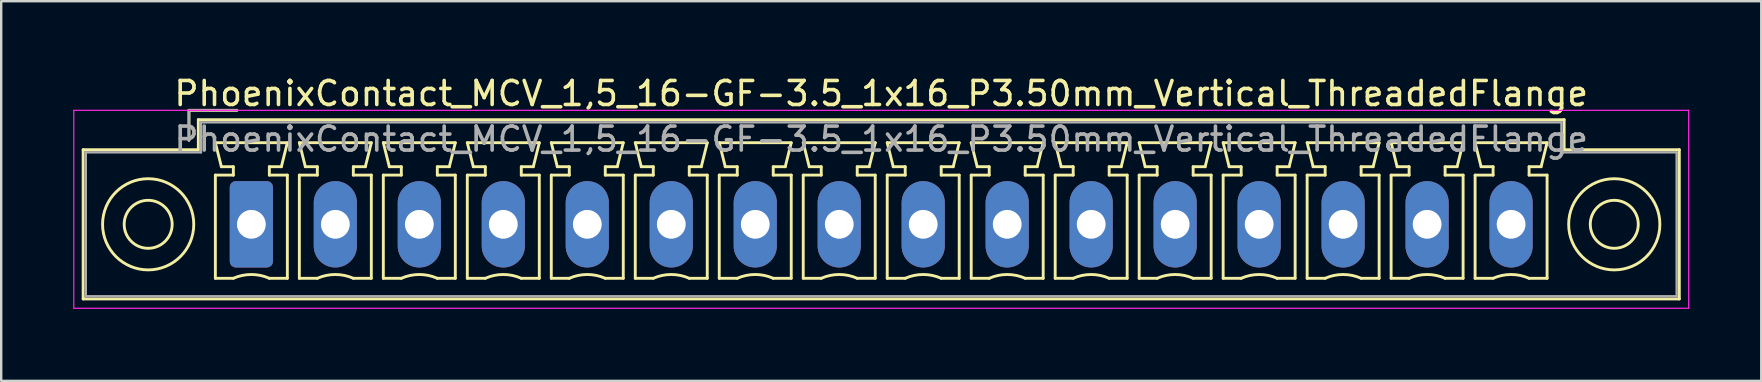
<source format=kicad_pcb>
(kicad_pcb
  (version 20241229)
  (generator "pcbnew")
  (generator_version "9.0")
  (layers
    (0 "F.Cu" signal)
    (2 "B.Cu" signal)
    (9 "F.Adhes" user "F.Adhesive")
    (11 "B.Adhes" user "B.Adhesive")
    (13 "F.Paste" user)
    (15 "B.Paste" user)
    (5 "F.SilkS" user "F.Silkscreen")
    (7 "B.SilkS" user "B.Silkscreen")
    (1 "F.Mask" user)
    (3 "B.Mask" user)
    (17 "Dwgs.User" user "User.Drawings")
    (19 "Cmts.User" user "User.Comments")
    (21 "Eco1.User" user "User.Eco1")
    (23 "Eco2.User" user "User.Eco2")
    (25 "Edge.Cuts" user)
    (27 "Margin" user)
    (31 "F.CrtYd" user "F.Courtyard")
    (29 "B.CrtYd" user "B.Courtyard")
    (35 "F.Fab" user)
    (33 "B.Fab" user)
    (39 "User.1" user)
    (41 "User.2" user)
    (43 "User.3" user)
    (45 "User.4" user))
  (footprint "PhoenixContact_MCV_1,5_16-GF-3.5_1x16_P3.50mm_Vertical_ThreadedFlange"
    (layer "F.Cu")
    (at 7.425 6.298)
    (property "Reference" "PhoenixContact_MCV_1,5_16-GF-3.5_1x16_P3.50mm_Vertical_ThreadedFlange" (at 26.25 -5.45 0) (layer "F.SilkS") (effects (font (size 1 1) (thickness 0.15))))
    (attr through_hole)
    (fp_line (start -7.01 -3.11) (end -7.01 3.11) (stroke (width 0.12) (type solid)) (layer "F.SilkS"))
    (fp_line (start -7.01 3.11) (end 59.51 3.11) (stroke (width 0.12) (type solid)) (layer "F.SilkS"))
    (fp_line (start -2.6 -4.75) (end -0.6 -4.75) (stroke (width 0.12) (type solid)) (layer "F.SilkS"))
    (fp_line (start -2.6 -3.5) (end -2.6 -4.75) (stroke (width 0.12) (type solid)) (layer "F.SilkS"))
    (fp_line (start -2.21 -4.36) (end -2.21 -3.11) (stroke (width 0.12) (type solid)) (layer "F.SilkS"))
    (fp_line (start -2.21 -3.11) (end -7.01 -3.11) (stroke (width 0.12) (type solid)) (layer "F.SilkS"))
    (fp_line (start -1.5 -3.4) (end 1.5 -3.4) (stroke (width 0.12) (type solid)) (layer "F.SilkS"))
    (fp_line (start -1.5 -2.05) (end -0.75 -2.05) (stroke (width 0.12) (type solid)) (layer "F.SilkS"))
    (fp_line (start -1.5 2.25) (end -1.5 -2.05) (stroke (width 0.12) (type solid)) (layer "F.SilkS"))
    (fp_line (start -1.25 -2.4) (end -1.5 -3.4) (stroke (width 0.12) (type solid)) (layer "F.SilkS"))
    (fp_line (start -0.75 -2.4) (end -1.25 -2.4) (stroke (width 0.12) (type solid)) (layer "F.SilkS"))
    (fp_line (start -0.75 -2.05) (end -0.75 -2.4) (stroke (width 0.12) (type solid)) (layer "F.SilkS"))
    (fp_line (start -0.75 2.25) (end -1.5 2.25) (stroke (width 0.12) (type solid)) (layer "F.SilkS"))
    (fp_line (start 0.75 -2.4) (end 0.75 -2.05) (stroke (width 0.12) (type solid)) (layer "F.SilkS"))
    (fp_line (start 0.75 -2.05) (end 1.5 -2.05) (stroke (width 0.12) (type solid)) (layer "F.SilkS"))
    (fp_line (start 1.25 -2.4) (end 0.75 -2.4) (stroke (width 0.12) (type solid)) (layer "F.SilkS"))
    (fp_line (start 1.5 -3.4) (end 1.25 -2.4) (stroke (width 0.12) (type solid)) (layer "F.SilkS"))
    (fp_line (start 1.5 -2.05) (end 1.5 2.25) (stroke (width 0.12) (type solid)) (layer "F.SilkS"))
    (fp_line (start 1.5 2.25) (end 0.75 2.25) (stroke (width 0.12) (type solid)) (layer "F.SilkS"))
    (fp_line (start 2 -3.4) (end 5 -3.4) (stroke (width 0.12) (type solid)) (layer "F.SilkS"))
    (fp_line (start 2 -2.05) (end 2.75 -2.05) (stroke (width 0.12) (type solid)) (layer "F.SilkS"))
    (fp_line (start 2 2.25) (end 2 -2.05) (stroke (width 0.12) (type solid)) (layer "F.SilkS"))
    (fp_line (start 2.25 -2.4) (end 2 -3.4) (stroke (width 0.12) (type solid)) (layer "F.SilkS"))
    (fp_line (start 2.75 -2.4) (end 2.25 -2.4) (stroke (width 0.12) (type solid)) (layer "F.SilkS"))
    (fp_line (start 2.75 -2.05) (end 2.75 -2.4) (stroke (width 0.12) (type solid)) (layer "F.SilkS"))
    (fp_line (start 2.75 2.25) (end 2 2.25) (stroke (width 0.12) (type solid)) (layer "F.SilkS"))
    (fp_line (start 4.25 -2.4) (end 4.25 -2.05) (stroke (width 0.12) (type solid)) (layer "F.SilkS"))
    (fp_line (start 4.25 -2.05) (end 5 -2.05) (stroke (width 0.12) (type solid)) (layer "F.SilkS"))
    (fp_line (start 4.75 -2.4) (end 4.25 -2.4) (stroke (width 0.12) (type solid)) (layer "F.SilkS"))
    (fp_line (start 5 -3.4) (end 4.75 -2.4) (stroke (width 0.12) (type solid)) (layer "F.SilkS"))
    (fp_line (start 5 -2.05) (end 5 2.25) (stroke (width 0.12) (type solid)) (layer "F.SilkS"))
    (fp_line (start 5 2.25) (end 4.25 2.25) (stroke (width 0.12) (type solid)) (layer "F.SilkS"))
    (fp_line (start 5.5 -3.4) (end 8.5 -3.4) (stroke (width 0.12) (type solid)) (layer "F.SilkS"))
    (fp_line (start 5.5 -2.05) (end 6.25 -2.05) (stroke (width 0.12) (type solid)) (layer "F.SilkS"))
    (fp_line (start 5.5 2.25) (end 5.5 -2.05) (stroke (width 0.12) (type solid)) (layer "F.SilkS"))
    (fp_line (start 5.75 -2.4) (end 5.5 -3.4) (stroke (width 0.12) (type solid)) (layer "F.SilkS"))
    (fp_line (start 6.25 -2.4) (end 5.75 -2.4) (stroke (width 0.12) (type solid)) (layer "F.SilkS"))
    (fp_line (start 6.25 -2.05) (end 6.25 -2.4) (stroke (width 0.12) (type solid)) (layer "F.SilkS"))
    (fp_line (start 6.25 2.25) (end 5.5 2.25) (stroke (width 0.12) (type solid)) (layer "F.SilkS"))
    (fp_line (start 7.75 -2.4) (end 7.75 -2.05) (stroke (width 0.12) (type solid)) (layer "F.SilkS"))
    (fp_line (start 7.75 -2.05) (end 8.5 -2.05) (stroke (width 0.12) (type solid)) (layer "F.SilkS"))
    (fp_line (start 8.25 -2.4) (end 7.75 -2.4) (stroke (width 0.12) (type solid)) (layer "F.SilkS"))
    (fp_line (start 8.5 -3.4) (end 8.25 -2.4) (stroke (width 0.12) (type solid)) (layer "F.SilkS"))
    (fp_line (start 8.5 -2.05) (end 8.5 2.25) (stroke (width 0.12) (type solid)) (layer "F.SilkS"))
    (fp_line (start 8.5 2.25) (end 7.75 2.25) (stroke (width 0.12) (type solid)) (layer "F.SilkS"))
    (fp_line (start 9 -3.4) (end 12 -3.4) (stroke (width 0.12) (type solid)) (layer "F.SilkS"))
    (fp_line (start 9 -2.05) (end 9.75 -2.05) (stroke (width 0.12) (type solid)) (layer "F.SilkS"))
    (fp_line (start 9 2.25) (end 9 -2.05) (stroke (width 0.12) (type solid)) (layer "F.SilkS"))
    (fp_line (start 9.25 -2.4) (end 9 -3.4) (stroke (width 0.12) (type solid)) (layer "F.SilkS"))
    (fp_line (start 9.75 -2.4) (end 9.25 -2.4) (stroke (width 0.12) (type solid)) (layer "F.SilkS"))
    (fp_line (start 9.75 -2.05) (end 9.75 -2.4) (stroke (width 0.12) (type solid)) (layer "F.SilkS"))
    (fp_line (start 9.75 2.25) (end 9 2.25) (stroke (width 0.12) (type solid)) (layer "F.SilkS"))
    (fp_line (start 11.25 -2.4) (end 11.25 -2.05) (stroke (width 0.12) (type solid)) (layer "F.SilkS"))
    (fp_line (start 11.25 -2.05) (end 12 -2.05) (stroke (width 0.12) (type solid)) (layer "F.SilkS"))
    (fp_line (start 11.75 -2.4) (end 11.25 -2.4) (stroke (width 0.12) (type solid)) (layer "F.SilkS"))
    (fp_line (start 12 -3.4) (end 11.75 -2.4) (stroke (width 0.12) (type solid)) (layer "F.SilkS"))
    (fp_line (start 12 -2.05) (end 12 2.25) (stroke (width 0.12) (type solid)) (layer "F.SilkS"))
    (fp_line (start 12 2.25) (end 11.25 2.25) (stroke (width 0.12) (type solid)) (layer "F.SilkS"))
    (fp_line (start 12.5 -3.4) (end 15.5 -3.4) (stroke (width 0.12) (type solid)) (layer "F.SilkS"))
    (fp_line (start 12.5 -2.05) (end 13.25 -2.05) (stroke (width 0.12) (type solid)) (layer "F.SilkS"))
    (fp_line (start 12.5 2.25) (end 12.5 -2.05) (stroke (width 0.12) (type solid)) (layer "F.SilkS"))
    (fp_line (start 12.75 -2.4) (end 12.5 -3.4) (stroke (width 0.12) (type solid)) (layer "F.SilkS"))
    (fp_line (start 13.25 -2.4) (end 12.75 -2.4) (stroke (width 0.12) (type solid)) (layer "F.SilkS"))
    (fp_line (start 13.25 -2.05) (end 13.25 -2.4) (stroke (width 0.12) (type solid)) (layer "F.SilkS"))
    (fp_line (start 13.25 2.25) (end 12.5 2.25) (stroke (width 0.12) (type solid)) (layer "F.SilkS"))
    (fp_line (start 14.75 -2.4) (end 14.75 -2.05) (stroke (width 0.12) (type solid)) (layer "F.SilkS"))
    (fp_line (start 14.75 -2.05) (end 15.5 -2.05) (stroke (width 0.12) (type solid)) (layer "F.SilkS"))
    (fp_line (start 15.25 -2.4) (end 14.75 -2.4) (stroke (width 0.12) (type solid)) (layer "F.SilkS"))
    (fp_line (start 15.5 -3.4) (end 15.25 -2.4) (stroke (width 0.12) (type solid)) (layer "F.SilkS"))
    (fp_line (start 15.5 -2.05) (end 15.5 2.25) (stroke (width 0.12) (type solid)) (layer "F.SilkS"))
    (fp_line (start 15.5 2.25) (end 14.75 2.25) (stroke (width 0.12) (type solid)) (layer "F.SilkS"))
    (fp_line (start 16 -3.4) (end 19 -3.4) (stroke (width 0.12) (type solid)) (layer "F.SilkS"))
    (fp_line (start 16 -2.05) (end 16.75 -2.05) (stroke (width 0.12) (type solid)) (layer "F.SilkS"))
    (fp_line (start 16 2.25) (end 16 -2.05) (stroke (width 0.12) (type solid)) (layer "F.SilkS"))
    (fp_line (start 16.25 -2.4) (end 16 -3.4) (stroke (width 0.12) (type solid)) (layer "F.SilkS"))
    (fp_line (start 16.75 -2.4) (end 16.25 -2.4) (stroke (width 0.12) (type solid)) (layer "F.SilkS"))
    (fp_line (start 16.75 -2.05) (end 16.75 -2.4) (stroke (width 0.12) (type solid)) (layer "F.SilkS"))
    (fp_line (start 16.75 2.25) (end 16 2.25) (stroke (width 0.12) (type solid)) (layer "F.SilkS"))
    (fp_line (start 18.25 -2.4) (end 18.25 -2.05) (stroke (width 0.12) (type solid)) (layer "F.SilkS"))
    (fp_line (start 18.25 -2.05) (end 19 -2.05) (stroke (width 0.12) (type solid)) (layer "F.SilkS"))
    (fp_line (start 18.75 -2.4) (end 18.25 -2.4) (stroke (width 0.12) (type solid)) (layer "F.SilkS"))
    (fp_line (start 19 -3.4) (end 18.75 -2.4) (stroke (width 0.12) (type solid)) (layer "F.SilkS"))
    (fp_line (start 19 -2.05) (end 19 2.25) (stroke (width 0.12) (type solid)) (layer "F.SilkS"))
    (fp_line (start 19 2.25) (end 18.25 2.25) (stroke (width 0.12) (type solid)) (layer "F.SilkS"))
    (fp_line (start 19.5 -3.4) (end 22.5 -3.4) (stroke (width 0.12) (type solid)) (layer "F.SilkS"))
    (fp_line (start 19.5 -2.05) (end 20.25 -2.05) (stroke (width 0.12) (type solid)) (layer "F.SilkS"))
    (fp_line (start 19.5 2.25) (end 19.5 -2.05) (stroke (width 0.12) (type solid)) (layer "F.SilkS"))
    (fp_line (start 19.75 -2.4) (end 19.5 -3.4) (stroke (width 0.12) (type solid)) (layer "F.SilkS"))
    (fp_line (start 20.25 -2.4) (end 19.75 -2.4) (stroke (width 0.12) (type solid)) (layer "F.SilkS"))
    (fp_line (start 20.25 -2.05) (end 20.25 -2.4) (stroke (width 0.12) (type solid)) (layer "F.SilkS"))
    (fp_line (start 20.25 2.25) (end 19.5 2.25) (stroke (width 0.12) (type solid)) (layer "F.SilkS"))
    (fp_line (start 21.75 -2.4) (end 21.75 -2.05) (stroke (width 0.12) (type solid)) (layer "F.SilkS"))
    (fp_line (start 21.75 -2.05) (end 22.5 -2.05) (stroke (width 0.12) (type solid)) (layer "F.SilkS"))
    (fp_line (start 22.25 -2.4) (end 21.75 -2.4) (stroke (width 0.12) (type solid)) (layer "F.SilkS"))
    (fp_line (start 22.5 -3.4) (end 22.25 -2.4) (stroke (width 0.12) (type solid)) (layer "F.SilkS"))
    (fp_line (start 22.5 -2.05) (end 22.5 2.25) (stroke (width 0.12) (type solid)) (layer "F.SilkS"))
    (fp_line (start 22.5 2.25) (end 21.75 2.25) (stroke (width 0.12) (type solid)) (layer "F.SilkS"))
    (fp_line (start 23 -3.4) (end 26 -3.4) (stroke (width 0.12) (type solid)) (layer "F.SilkS"))
    (fp_line (start 23 -2.05) (end 23.75 -2.05) (stroke (width 0.12) (type solid)) (layer "F.SilkS"))
    (fp_line (start 23 2.25) (end 23 -2.05) (stroke (width 0.12) (type solid)) (layer "F.SilkS"))
    (fp_line (start 23.25 -2.4) (end 23 -3.4) (stroke (width 0.12) (type solid)) (layer "F.SilkS"))
    (fp_line (start 23.75 -2.4) (end 23.25 -2.4) (stroke (width 0.12) (type solid)) (layer "F.SilkS"))
    (fp_line (start 23.75 -2.05) (end 23.75 -2.4) (stroke (width 0.12) (type solid)) (layer "F.SilkS"))
    (fp_line (start 23.75 2.25) (end 23 2.25) (stroke (width 0.12) (type solid)) (layer "F.SilkS"))
    (fp_line (start 25.25 -2.4) (end 25.25 -2.05) (stroke (width 0.12) (type solid)) (layer "F.SilkS"))
    (fp_line (start 25.25 -2.05) (end 26 -2.05) (stroke (width 0.12) (type solid)) (layer "F.SilkS"))
    (fp_line (start 25.75 -2.4) (end 25.25 -2.4) (stroke (width 0.12) (type solid)) (layer "F.SilkS"))
    (fp_line (start 26 -3.4) (end 25.75 -2.4) (stroke (width 0.12) (type solid)) (layer "F.SilkS"))
    (fp_line (start 26 -2.05) (end 26 2.25) (stroke (width 0.12) (type solid)) (layer "F.SilkS"))
    (fp_line (start 26 2.25) (end 25.25 2.25) (stroke (width 0.12) (type solid)) (layer "F.SilkS"))
    (fp_line (start 26.5 -3.4) (end 29.5 -3.4) (stroke (width 0.12) (type solid)) (layer "F.SilkS"))
    (fp_line (start 26.5 -2.05) (end 27.25 -2.05) (stroke (width 0.12) (type solid)) (layer "F.SilkS"))
    (fp_line (start 26.5 2.25) (end 26.5 -2.05) (stroke (width 0.12) (type solid)) (layer "F.SilkS"))
    (fp_line (start 26.75 -2.4) (end 26.5 -3.4) (stroke (width 0.12) (type solid)) (layer "F.SilkS"))
    (fp_line (start 27.25 -2.4) (end 26.75 -2.4) (stroke (width 0.12) (type solid)) (layer "F.SilkS"))
    (fp_line (start 27.25 -2.05) (end 27.25 -2.4) (stroke (width 0.12) (type solid)) (layer "F.SilkS"))
    (fp_line (start 27.25 2.25) (end 26.5 2.25) (stroke (width 0.12) (type solid)) (layer "F.SilkS"))
    (fp_line (start 28.75 -2.4) (end 28.75 -2.05) (stroke (width 0.12) (type solid)) (layer "F.SilkS"))
    (fp_line (start 28.75 -2.05) (end 29.5 -2.05) (stroke (width 0.12) (type solid)) (layer "F.SilkS"))
    (fp_line (start 29.25 -2.4) (end 28.75 -2.4) (stroke (width 0.12) (type solid)) (layer "F.SilkS"))
    (fp_line (start 29.5 -3.4) (end 29.25 -2.4) (stroke (width 0.12) (type solid)) (layer "F.SilkS"))
    (fp_line (start 29.5 -2.05) (end 29.5 2.25) (stroke (width 0.12) (type solid)) (layer "F.SilkS"))
    (fp_line (start 29.5 2.25) (end 28.75 2.25) (stroke (width 0.12) (type solid)) (layer "F.SilkS"))
    (fp_line (start 30 -3.4) (end 33 -3.4) (stroke (width 0.12) (type solid)) (layer "F.SilkS"))
    (fp_line (start 30 -2.05) (end 30.75 -2.05) (stroke (width 0.12) (type solid)) (layer "F.SilkS"))
    (fp_line (start 30 2.25) (end 30 -2.05) (stroke (width 0.12) (type solid)) (layer "F.SilkS"))
    (fp_line (start 30.25 -2.4) (end 30 -3.4) (stroke (width 0.12) (type solid)) (layer "F.SilkS"))
    (fp_line (start 30.75 -2.4) (end 30.25 -2.4) (stroke (width 0.12) (type solid)) (layer "F.SilkS"))
    (fp_line (start 30.75 -2.05) (end 30.75 -2.4) (stroke (width 0.12) (type solid)) (layer "F.SilkS"))
    (fp_line (start 30.75 2.25) (end 30 2.25) (stroke (width 0.12) (type solid)) (layer "F.SilkS"))
    (fp_line (start 32.25 -2.4) (end 32.25 -2.05) (stroke (width 0.12) (type solid)) (layer "F.SilkS"))
    (fp_line (start 32.25 -2.05) (end 33 -2.05) (stroke (width 0.12) (type solid)) (layer "F.SilkS"))
    (fp_line (start 32.75 -2.4) (end 32.25 -2.4) (stroke (width 0.12) (type solid)) (layer "F.SilkS"))
    (fp_line (start 33 -3.4) (end 32.75 -2.4) (stroke (width 0.12) (type solid)) (layer "F.SilkS"))
    (fp_line (start 33 -2.05) (end 33 2.25) (stroke (width 0.12) (type solid)) (layer "F.SilkS"))
    (fp_line (start 33 2.25) (end 32.25 2.25) (stroke (width 0.12) (type solid)) (layer "F.SilkS"))
    (fp_line (start 33.5 -3.4) (end 36.5 -3.4) (stroke (width 0.12) (type solid)) (layer "F.SilkS"))
    (fp_line (start 33.5 -2.05) (end 34.25 -2.05) (stroke (width 0.12) (type solid)) (layer "F.SilkS"))
    (fp_line (start 33.5 2.25) (end 33.5 -2.05) (stroke (width 0.12) (type solid)) (layer "F.SilkS"))
    (fp_line (start 33.75 -2.4) (end 33.5 -3.4) (stroke (width 0.12) (type solid)) (layer "F.SilkS"))
    (fp_line (start 34.25 -2.4) (end 33.75 -2.4) (stroke (width 0.12) (type solid)) (layer "F.SilkS"))
    (fp_line (start 34.25 -2.05) (end 34.25 -2.4) (stroke (width 0.12) (type solid)) (layer "F.SilkS"))
    (fp_line (start 34.25 2.25) (end 33.5 2.25) (stroke (width 0.12) (type solid)) (layer "F.SilkS"))
    (fp_line (start 35.75 -2.4) (end 35.75 -2.05) (stroke (width 0.12) (type solid)) (layer "F.SilkS"))
    (fp_line (start 35.75 -2.05) (end 36.5 -2.05) (stroke (width 0.12) (type solid)) (layer "F.SilkS"))
    (fp_line (start 36.25 -2.4) (end 35.75 -2.4) (stroke (width 0.12) (type solid)) (layer "F.SilkS"))
    (fp_line (start 36.5 -3.4) (end 36.25 -2.4) (stroke (width 0.12) (type solid)) (layer "F.SilkS"))
    (fp_line (start 36.5 -2.05) (end 36.5 2.25) (stroke (width 0.12) (type solid)) (layer "F.SilkS"))
    (fp_line (start 36.5 2.25) (end 35.75 2.25) (stroke (width 0.12) (type solid)) (layer "F.SilkS"))
    (fp_line (start 37 -3.4) (end 40 -3.4) (stroke (width 0.12) (type solid)) (layer "F.SilkS"))
    (fp_line (start 37 -2.05) (end 37.75 -2.05) (stroke (width 0.12) (type solid)) (layer "F.SilkS"))
    (fp_line (start 37 2.25) (end 37 -2.05) (stroke (width 0.12) (type solid)) (layer "F.SilkS"))
    (fp_line (start 37.25 -2.4) (end 37 -3.4) (stroke (width 0.12) (type solid)) (layer "F.SilkS"))
    (fp_line (start 37.75 -2.4) (end 37.25 -2.4) (stroke (width 0.12) (type solid)) (layer "F.SilkS"))
    (fp_line (start 37.75 -2.05) (end 37.75 -2.4) (stroke (width 0.12) (type solid)) (layer "F.SilkS"))
    (fp_line (start 37.75 2.25) (end 37 2.25) (stroke (width 0.12) (type solid)) (layer "F.SilkS"))
    (fp_line (start 39.25 -2.4) (end 39.25 -2.05) (stroke (width 0.12) (type solid)) (layer "F.SilkS"))
    (fp_line (start 39.25 -2.05) (end 40 -2.05) (stroke (width 0.12) (type solid)) (layer "F.SilkS"))
    (fp_line (start 39.75 -2.4) (end 39.25 -2.4) (stroke (width 0.12) (type solid)) (layer "F.SilkS"))
    (fp_line (start 40 -3.4) (end 39.75 -2.4) (stroke (width 0.12) (type solid)) (layer "F.SilkS"))
    (fp_line (start 40 -2.05) (end 40 2.25) (stroke (width 0.12) (type solid)) (layer "F.SilkS"))
    (fp_line (start 40 2.25) (end 39.25 2.25) (stroke (width 0.12) (type solid)) (layer "F.SilkS"))
    (fp_line (start 40.5 -3.4) (end 43.5 -3.4) (stroke (width 0.12) (type solid)) (layer "F.SilkS"))
    (fp_line (start 40.5 -2.05) (end 41.25 -2.05) (stroke (width 0.12) (type solid)) (layer "F.SilkS"))
    (fp_line (start 40.5 2.25) (end 40.5 -2.05) (stroke (width 0.12) (type solid)) (layer "F.SilkS"))
    (fp_line (start 40.75 -2.4) (end 40.5 -3.4) (stroke (width 0.12) (type solid)) (layer "F.SilkS"))
    (fp_line (start 41.25 -2.4) (end 40.75 -2.4) (stroke (width 0.12) (type solid)) (layer "F.SilkS"))
    (fp_line (start 41.25 -2.05) (end 41.25 -2.4) (stroke (width 0.12) (type solid)) (layer "F.SilkS"))
    (fp_line (start 41.25 2.25) (end 40.5 2.25) (stroke (width 0.12) (type solid)) (layer "F.SilkS"))
    (fp_line (start 42.75 -2.4) (end 42.75 -2.05) (stroke (width 0.12) (type solid)) (layer "F.SilkS"))
    (fp_line (start 42.75 -2.05) (end 43.5 -2.05) (stroke (width 0.12) (type solid)) (layer "F.SilkS"))
    (fp_line (start 43.25 -2.4) (end 42.75 -2.4) (stroke (width 0.12) (type solid)) (layer "F.SilkS"))
    (fp_line (start 43.5 -3.4) (end 43.25 -2.4) (stroke (width 0.12) (type solid)) (layer "F.SilkS"))
    (fp_line (start 43.5 -2.05) (end 43.5 2.25) (stroke (width 0.12) (type solid)) (layer "F.SilkS"))
    (fp_line (start 43.5 2.25) (end 42.75 2.25) (stroke (width 0.12) (type solid)) (layer "F.SilkS"))
    (fp_line (start 44 -3.4) (end 47 -3.4) (stroke (width 0.12) (type solid)) (layer "F.SilkS"))
    (fp_line (start 44 -2.05) (end 44.75 -2.05) (stroke (width 0.12) (type solid)) (layer "F.SilkS"))
    (fp_line (start 44 2.25) (end 44 -2.05) (stroke (width 0.12) (type solid)) (layer "F.SilkS"))
    (fp_line (start 44.25 -2.4) (end 44 -3.4) (stroke (width 0.12) (type solid)) (layer "F.SilkS"))
    (fp_line (start 44.75 -2.4) (end 44.25 -2.4) (stroke (width 0.12) (type solid)) (layer "F.SilkS"))
    (fp_line (start 44.75 -2.05) (end 44.75 -2.4) (stroke (width 0.12) (type solid)) (layer "F.SilkS"))
    (fp_line (start 44.75 2.25) (end 44 2.25) (stroke (width 0.12) (type solid)) (layer "F.SilkS"))
    (fp_line (start 46.25 -2.4) (end 46.25 -2.05) (stroke (width 0.12) (type solid)) (layer "F.SilkS"))
    (fp_line (start 46.25 -2.05) (end 47 -2.05) (stroke (width 0.12) (type solid)) (layer "F.SilkS"))
    (fp_line (start 46.75 -2.4) (end 46.25 -2.4) (stroke (width 0.12) (type solid)) (layer "F.SilkS"))
    (fp_line (start 47 -3.4) (end 46.75 -2.4) (stroke (width 0.12) (type solid)) (layer "F.SilkS"))
    (fp_line (start 47 -2.05) (end 47 2.25) (stroke (width 0.12) (type solid)) (layer "F.SilkS"))
    (fp_line (start 47 2.25) (end 46.25 2.25) (stroke (width 0.12) (type solid)) (layer "F.SilkS"))
    (fp_line (start 47.5 -3.4) (end 50.5 -3.4) (stroke (width 0.12) (type solid)) (layer "F.SilkS"))
    (fp_line (start 47.5 -2.05) (end 48.25 -2.05) (stroke (width 0.12) (type solid)) (layer "F.SilkS"))
    (fp_line (start 47.5 2.25) (end 47.5 -2.05) (stroke (width 0.12) (type solid)) (layer "F.SilkS"))
    (fp_line (start 47.75 -2.4) (end 47.5 -3.4) (stroke (width 0.12) (type solid)) (layer "F.SilkS"))
    (fp_line (start 48.25 -2.4) (end 47.75 -2.4) (stroke (width 0.12) (type solid)) (layer "F.SilkS"))
    (fp_line (start 48.25 -2.05) (end 48.25 -2.4) (stroke (width 0.12) (type solid)) (layer "F.SilkS"))
    (fp_line (start 48.25 2.25) (end 47.5 2.25) (stroke (width 0.12) (type solid)) (layer "F.SilkS"))
    (fp_line (start 49.75 -2.4) (end 49.75 -2.05) (stroke (width 0.12) (type solid)) (layer "F.SilkS"))
    (fp_line (start 49.75 -2.05) (end 50.5 -2.05) (stroke (width 0.12) (type solid)) (layer "F.SilkS"))
    (fp_line (start 50.25 -2.4) (end 49.75 -2.4) (stroke (width 0.12) (type solid)) (layer "F.SilkS"))
    (fp_line (start 50.5 -3.4) (end 50.25 -2.4) (stroke (width 0.12) (type solid)) (layer "F.SilkS"))
    (fp_line (start 50.5 -2.05) (end 50.5 2.25) (stroke (width 0.12) (type solid)) (layer "F.SilkS"))
    (fp_line (start 50.5 2.25) (end 49.75 2.25) (stroke (width 0.12) (type solid)) (layer "F.SilkS"))
    (fp_line (start 51 -3.4) (end 54 -3.4) (stroke (width 0.12) (type solid)) (layer "F.SilkS"))
    (fp_line (start 51 -2.05) (end 51.75 -2.05) (stroke (width 0.12) (type solid)) (layer "F.SilkS"))
    (fp_line (start 51 2.25) (end 51 -2.05) (stroke (width 0.12) (type solid)) (layer "F.SilkS"))
    (fp_line (start 51.25 -2.4) (end 51 -3.4) (stroke (width 0.12) (type solid)) (layer "F.SilkS"))
    (fp_line (start 51.75 -2.4) (end 51.25 -2.4) (stroke (width 0.12) (type solid)) (layer "F.SilkS"))
    (fp_line (start 51.75 -2.05) (end 51.75 -2.4) (stroke (width 0.12) (type solid)) (layer "F.SilkS"))
    (fp_line (start 51.75 2.25) (end 51 2.25) (stroke (width 0.12) (type solid)) (layer "F.SilkS"))
    (fp_line (start 53.25 -2.4) (end 53.25 -2.05) (stroke (width 0.12) (type solid)) (layer "F.SilkS"))
    (fp_line (start 53.25 -2.05) (end 54 -2.05) (stroke (width 0.12) (type solid)) (layer "F.SilkS"))
    (fp_line (start 53.75 -2.4) (end 53.25 -2.4) (stroke (width 0.12) (type solid)) (layer "F.SilkS"))
    (fp_line (start 54 -3.4) (end 53.75 -2.4) (stroke (width 0.12) (type solid)) (layer "F.SilkS"))
    (fp_line (start 54 -2.05) (end 54 2.25) (stroke (width 0.12) (type solid)) (layer "F.SilkS"))
    (fp_line (start 54 2.25) (end 53.25 2.25) (stroke (width 0.12) (type solid)) (layer "F.SilkS"))
    (fp_line (start 54.71 -4.36) (end -2.21 -4.36) (stroke (width 0.12) (type solid)) (layer "F.SilkS"))
    (fp_line (start 54.71 -3.11) (end 54.71 -4.36) (stroke (width 0.12) (type solid)) (layer "F.SilkS"))
    (fp_line (start 59.51 -3.11) (end 54.71 -3.11) (stroke (width 0.12) (type solid)) (layer "F.SilkS"))
    (fp_line (start 59.51 3.11) (end 59.51 -3.11) (stroke (width 0.12) (type solid)) (layer "F.SilkS"))
    (fp_arc (start -0.75 2.25) (mid -0.000193 2.09191) (end 0.749647 2.249844) (stroke (width 0.12) (type solid)) (layer "F.SilkS"))
    (fp_arc (start 2.75 2.25) (mid 3.499807 2.09191) (end 4.249647 2.249844) (stroke (width 0.12) (type solid)) (layer "F.SilkS"))
    (fp_arc (start 6.25 2.25) (mid 6.999807 2.09191) (end 7.749647 2.249844) (stroke (width 0.12) (type solid)) (layer "F.SilkS"))
    (fp_arc (start 9.75 2.25) (mid 10.499807 2.09191) (end 11.249647 2.249844) (stroke (width 0.12) (type solid)) (layer "F.SilkS"))
    (fp_arc (start 13.25 2.25) (mid 13.999807 2.09191) (end 14.749647 2.249844) (stroke (width 0.12) (type solid)) (layer "F.SilkS"))
    (fp_arc (start 16.75 2.25) (mid 17.499807 2.09191) (end 18.249647 2.249844) (stroke (width 0.12) (type solid)) (layer "F.SilkS"))
    (fp_arc (start 20.25 2.25) (mid 20.999807 2.09191) (end 21.749647 2.249844) (stroke (width 0.12) (type solid)) (layer "F.SilkS"))
    (fp_arc (start 23.75 2.25) (mid 24.499807 2.09191) (end 25.249647 2.249844) (stroke (width 0.12) (type solid)) (layer "F.SilkS"))
    (fp_arc (start 27.25 2.25) (mid 27.999807 2.09191) (end 28.749647 2.249844) (stroke (width 0.12) (type solid)) (layer "F.SilkS"))
    (fp_arc (start 30.75 2.25) (mid 31.499807 2.09191) (end 32.249647 2.249844) (stroke (width 0.12) (type solid)) (layer "F.SilkS"))
    (fp_arc (start 34.25 2.25) (mid 34.999807 2.09191) (end 35.749647 2.249844) (stroke (width 0.12) (type solid)) (layer "F.SilkS"))
    (fp_arc (start 37.75 2.25) (mid 38.499807 2.09191) (end 39.249647 2.249844) (stroke (width 0.12) (type solid)) (layer "F.SilkS"))
    (fp_arc (start 41.25 2.25) (mid 41.999807 2.09191) (end 42.749647 2.249844) (stroke (width 0.12) (type solid)) (layer "F.SilkS"))
    (fp_arc (start 44.75 2.25) (mid 45.499807 2.09191) (end 46.249647 2.249844) (stroke (width 0.12) (type solid)) (layer "F.SilkS"))
    (fp_arc (start 48.25 2.25) (mid 48.999807 2.09191) (end 49.749647 2.249844) (stroke (width 0.12) (type solid)) (layer "F.SilkS"))
    (fp_arc (start 51.75 2.25) (mid 52.499807 2.09191) (end 53.249647 2.249844) (stroke (width 0.12) (type solid)) (layer "F.SilkS"))
    (fp_circle (center -4.3 0) (end -3.3 0) (stroke (width 0.12) (type solid)) (fill no) (layer "F.SilkS"))
    (fp_circle (center -4.3 0) (end -2.4 0) (stroke (width 0.12) (type solid)) (fill no) (layer "F.SilkS"))
    (fp_circle (center 56.8 0) (end 57.8 0) (stroke (width 0.12) (type solid)) (fill no) (layer "F.SilkS"))
    (fp_circle (center 56.8 0) (end 58.7 0) (stroke (width 0.12) (type solid)) (fill no) (layer "F.SilkS"))
    (fp_line (start -7.4 -4.75) (end -7.4 3.5) (stroke (width 0.05) (type solid)) (layer "F.CrtYd"))
    (fp_line (start -7.4 3.5) (end 59.9 3.5) (stroke (width 0.05) (type solid)) (layer "F.CrtYd"))
    (fp_line (start 59.9 -4.75) (end -7.4 -4.75) (stroke (width 0.05) (type solid)) (layer "F.CrtYd"))
    (fp_line (start 59.9 3.5) (end 59.9 -4.75) (stroke (width 0.05) (type solid)) (layer "F.CrtYd"))
    (fp_line (start -6.9 -3) (end -6.9 3) (stroke (width 0.1) (type solid)) (layer "F.Fab"))
    (fp_line (start -6.9 3) (end 59.4 3) (stroke (width 0.1) (type solid)) (layer "F.Fab"))
    (fp_line (start -2.6 -4.75) (end -0.6 -4.75) (stroke (width 0.1) (type solid)) (layer "F.Fab"))
    (fp_line (start -2.6 -3.5) (end -2.6 -4.75) (stroke (width 0.1) (type solid)) (layer "F.Fab"))
    (fp_line (start -2.1 -4.25) (end -2.1 -3) (stroke (width 0.1) (type solid)) (layer "F.Fab"))
    (fp_line (start -2.1 -3) (end -6.9 -3) (stroke (width 0.1) (type solid)) (layer "F.Fab"))
    (fp_line (start 54.6 -4.25) (end -2.1 -4.25) (stroke (width 0.1) (type solid)) (layer "F.Fab"))
    (fp_line (start 54.6 -3) (end 54.6 -4.25) (stroke (width 0.1) (type solid)) (layer "F.Fab"))
    (fp_line (start 59.4 -3) (end 54.6 -3) (stroke (width 0.1) (type solid)) (layer "F.Fab"))
    (fp_line (start 59.4 3) (end 59.4 -3) (stroke (width 0.1) (type solid)) (layer "F.Fab"))
    (fp_text user "${REFERENCE}" (at 26.25 -3.55 0) (layer "F.Fab") (effects (font (size 1 1) (thickness 0.15))))
    (pad "1" thru_hole roundrect (at 0 0) (size 1.8 3.6) (drill 1.2) (layers "*.Cu" "*.Mask") (roundrect_rratio 0.139))
    (pad "2" thru_hole oval (at 3.5 0) (size 1.8 3.6) (drill 1.2) (layers "*.Cu" "*.Mask"))
    (pad "3" thru_hole oval (at 7 0) (size 1.8 3.6) (drill 1.2) (layers "*.Cu" "*.Mask"))
    (pad "4" thru_hole oval (at 10.5 0) (size 1.8 3.6) (drill 1.2) (layers "*.Cu" "*.Mask"))
    (pad "5" thru_hole oval (at 14 0) (size 1.8 3.6) (drill 1.2) (layers "*.Cu" "*.Mask"))
    (pad "6" thru_hole oval (at 17.5 0) (size 1.8 3.6) (drill 1.2) (layers "*.Cu" "*.Mask"))
    (pad "7" thru_hole oval (at 21 0) (size 1.8 3.6) (drill 1.2) (layers "*.Cu" "*.Mask"))
    (pad "8" thru_hole oval (at 24.5 0) (size 1.8 3.6) (drill 1.2) (layers "*.Cu" "*.Mask"))
    (pad "9" thru_hole oval (at 28 0) (size 1.8 3.6) (drill 1.2) (layers "*.Cu" "*.Mask"))
    (pad "10" thru_hole oval (at 31.5 0) (size 1.8 3.6) (drill 1.2) (layers "*.Cu" "*.Mask"))
    (pad "11" thru_hole oval (at 35 0) (size 1.8 3.6) (drill 1.2) (layers "*.Cu" "*.Mask"))
    (pad "12" thru_hole oval (at 38.5 0) (size 1.8 3.6) (drill 1.2) (layers "*.Cu" "*.Mask"))
    (pad "13" thru_hole oval (at 42 0) (size 1.8 3.6) (drill 1.2) (layers "*.Cu" "*.Mask"))
    (pad "14" thru_hole oval (at 45.5 0) (size 1.8 3.6) (drill 1.2) (layers "*.Cu" "*.Mask"))
    (pad "15" thru_hole oval (at 49 0) (size 1.8 3.6) (drill 1.2) (layers "*.Cu" "*.Mask"))
    (pad "16" thru_hole oval (at 52.5 0) (size 1.8 3.6) (drill 1.2) (layers "*.Cu" "*.Mask")))
  (gr_rect
    (start -3 -3)
    (end 70.35 12.823)
    (stroke (width 0.1) (type default))
    (fill no)
    (layer "Edge.Cuts")))
</source>
